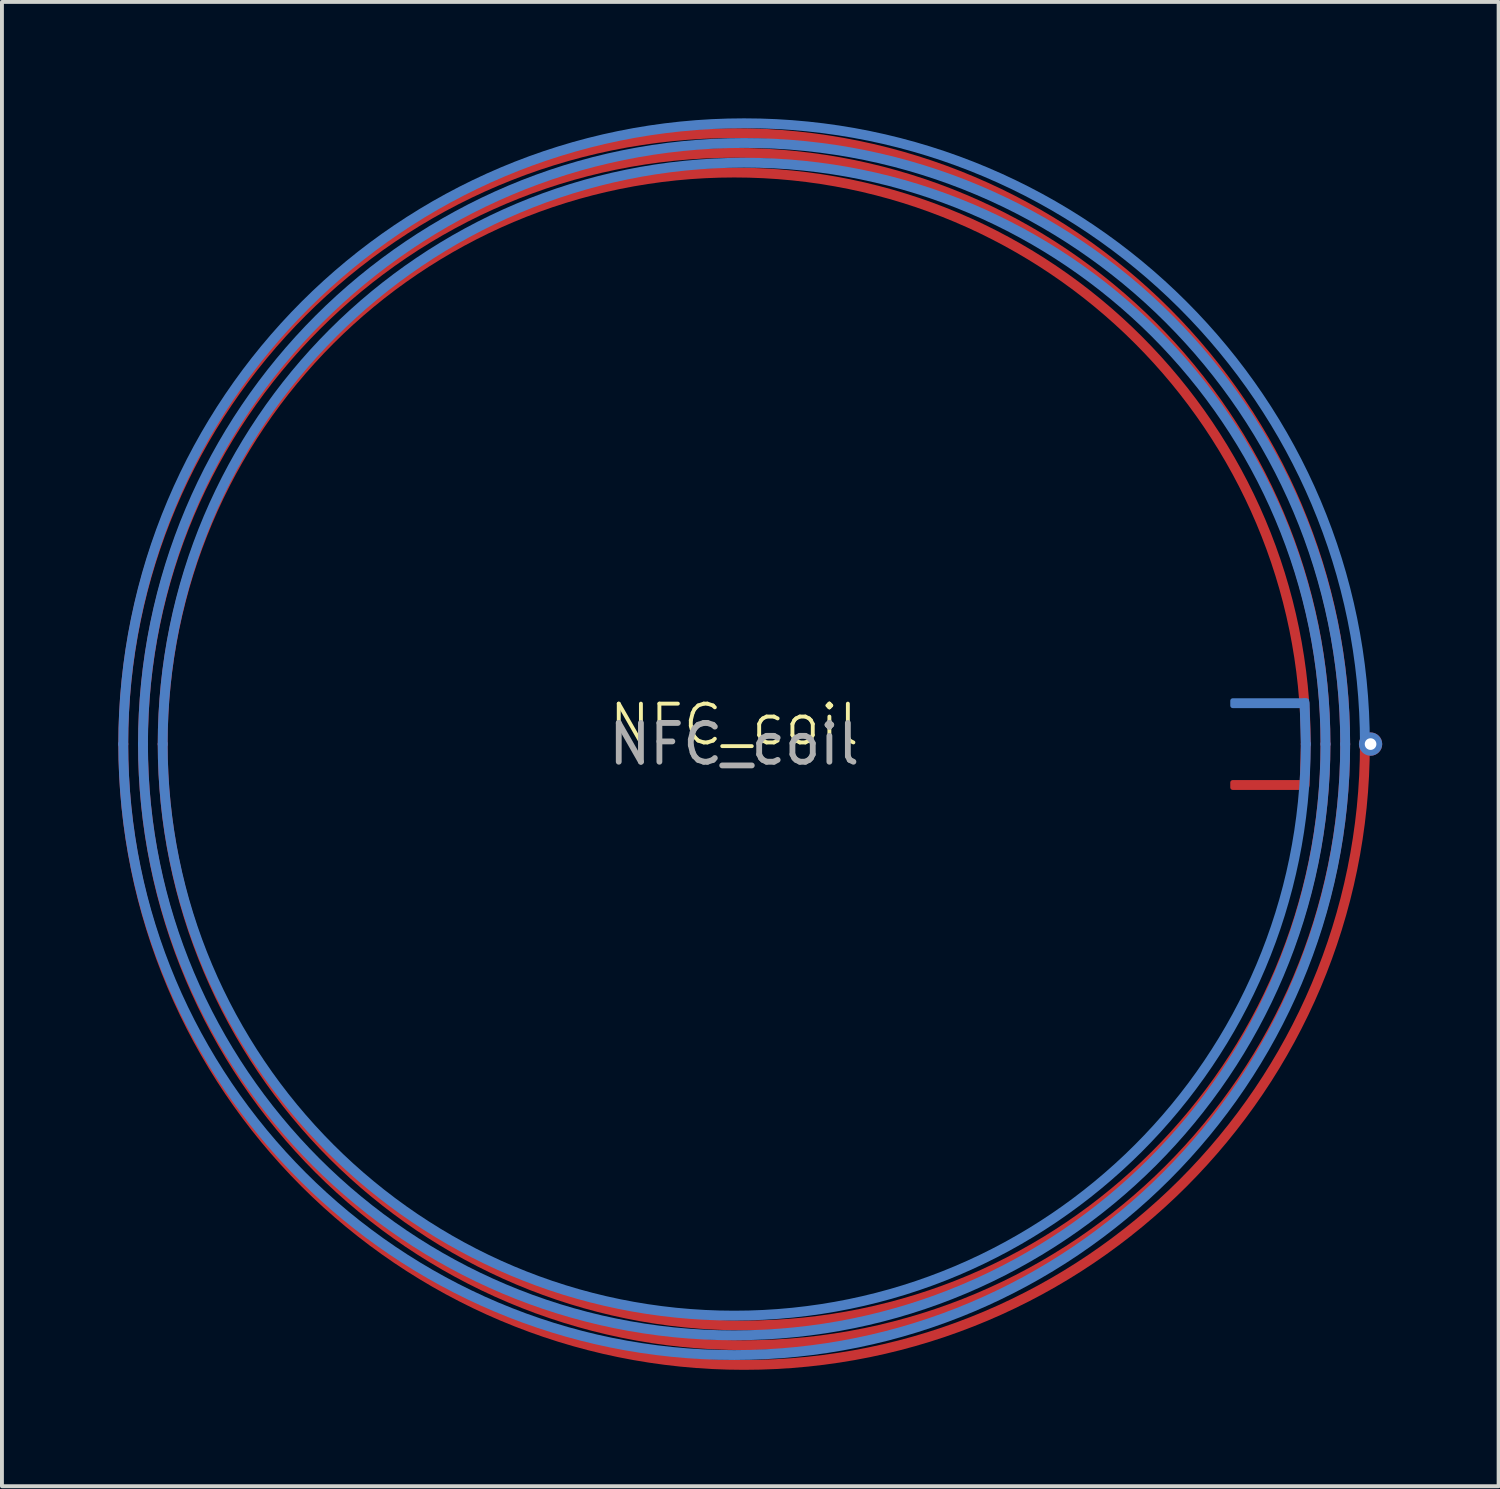
<source format=kicad_pcb>
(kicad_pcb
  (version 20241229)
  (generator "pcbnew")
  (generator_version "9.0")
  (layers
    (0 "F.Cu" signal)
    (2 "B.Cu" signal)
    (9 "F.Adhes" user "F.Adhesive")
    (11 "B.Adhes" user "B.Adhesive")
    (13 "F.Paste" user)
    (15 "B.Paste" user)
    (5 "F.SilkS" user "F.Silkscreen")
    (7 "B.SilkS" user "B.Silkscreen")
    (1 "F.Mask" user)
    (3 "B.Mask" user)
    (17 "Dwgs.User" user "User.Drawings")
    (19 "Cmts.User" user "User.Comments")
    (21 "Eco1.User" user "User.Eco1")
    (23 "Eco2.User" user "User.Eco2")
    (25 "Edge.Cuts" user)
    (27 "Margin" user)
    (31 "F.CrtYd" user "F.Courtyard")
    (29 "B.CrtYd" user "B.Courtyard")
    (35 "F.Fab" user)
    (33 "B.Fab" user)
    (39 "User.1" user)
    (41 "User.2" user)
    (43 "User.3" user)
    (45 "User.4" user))
  (footprint "NFC_coil"
    (layer "F.Cu")
    (at 15.873 16.127)
    (property "Reference" "NFC_coil" (at 0 -0.5 0) (unlocked yes) (layer "F.SilkS") (effects (font (size 1 1) (thickness 0.1))))
    (attr smd)
    (fp_line (start 14.73 0) (end 14.7 1.054) (stroke (width 0.254) (type default)) (layer "F.Cu"))
    (fp_line (start 16.254 0) (end 16.5 0) (stroke (width 0.254) (type default)) (layer "F.Cu"))
    (fp_arc (start -15.746 0) (mid 0 -15.746) (end 15.746 0) (stroke (width 0.254) (type default)) (layer "F.Cu"))
    (fp_arc (start -15.238 0) (mid 0 -15.238) (end 15.238 0) (stroke (width 0.254) (type default)) (layer "F.Cu"))
    (fp_arc (start -14.73 0) (mid 0 -14.73) (end 14.73 0) (stroke (width 0.254) (type default)) (layer "F.Cu"))
    (fp_arc (start 15.238 0) (mid 0.254 14.984) (end -14.73 0) (stroke (width 0.254) (type default)) (layer "F.Cu"))
    (fp_arc (start 15.746 0) (mid 0.254 15.492) (end -15.238 0) (stroke (width 0.254) (type default)) (layer "F.Cu"))
    (fp_arc (start 16.254 0) (mid 0.254 16) (end -15.746 0) (stroke (width 0.254) (type default)) (layer "F.Cu"))
    (fp_line (start 14.73 0) (end 14.7 -1.054) (stroke (width 0.254) (type default)) (layer "B.Cu"))
    (fp_line (start 16.254 0) (end 16.5 0) (stroke (width 0.254) (type default)) (layer "B.Cu"))
    (fp_arc (start -15.746 0) (mid 0.254 -16) (end 16.254 0) (stroke (width 0.254) (type default)) (layer "B.Cu"))
    (fp_arc (start -15.238 0) (mid 0.254 -15.492) (end 15.746 0) (stroke (width 0.254) (type default)) (layer "B.Cu"))
    (fp_arc (start -14.73 0) (mid 0.254 -14.984) (end 15.238 0) (stroke (width 0.254) (type default)) (layer "B.Cu"))
    (fp_arc (start 14.73 0) (mid 0 14.73) (end -14.73 0) (stroke (width 0.254) (type default)) (layer "B.Cu"))
    (fp_arc (start 15.238 0) (mid 0 15.238) (end -15.238 0) (stroke (width 0.254) (type default)) (layer "B.Cu"))
    (fp_arc (start 15.746 0) (mid 0 15.746) (end -15.746 0) (stroke (width 0.254) (type default)) (layer "B.Cu"))
    (fp_text user "${REFERENCE}" (at 0 0 0) (unlocked yes) (layer "F.Fab") (effects (font (size 1 1) (thickness 0.15))))
    (pad "" thru_hole circle (at 16.4 0 180) (size 0.6 0.6) (drill 0.3) (layers "*.Cu") (remove_unused_layers yes) (keep_end_layers yes) (zone_layer_connections))
    (pad "1" smd roundrect (at 13.8 1.054 180) (size 2.032 0.254) (layers "F.Cu") (roundrect_rratio 0.25))
    (pad "2" smd roundrect (at 13.8 -1.054 180) (size 2.032 0.254) (layers "B.Cu") (roundrect_rratio 0.25)))
  (gr_rect
    (start -3 -3)
    (end 35.573 35.254)
    (stroke (width 0.1) (type default))
    (fill no)
    (layer "Edge.Cuts")))
</source>
